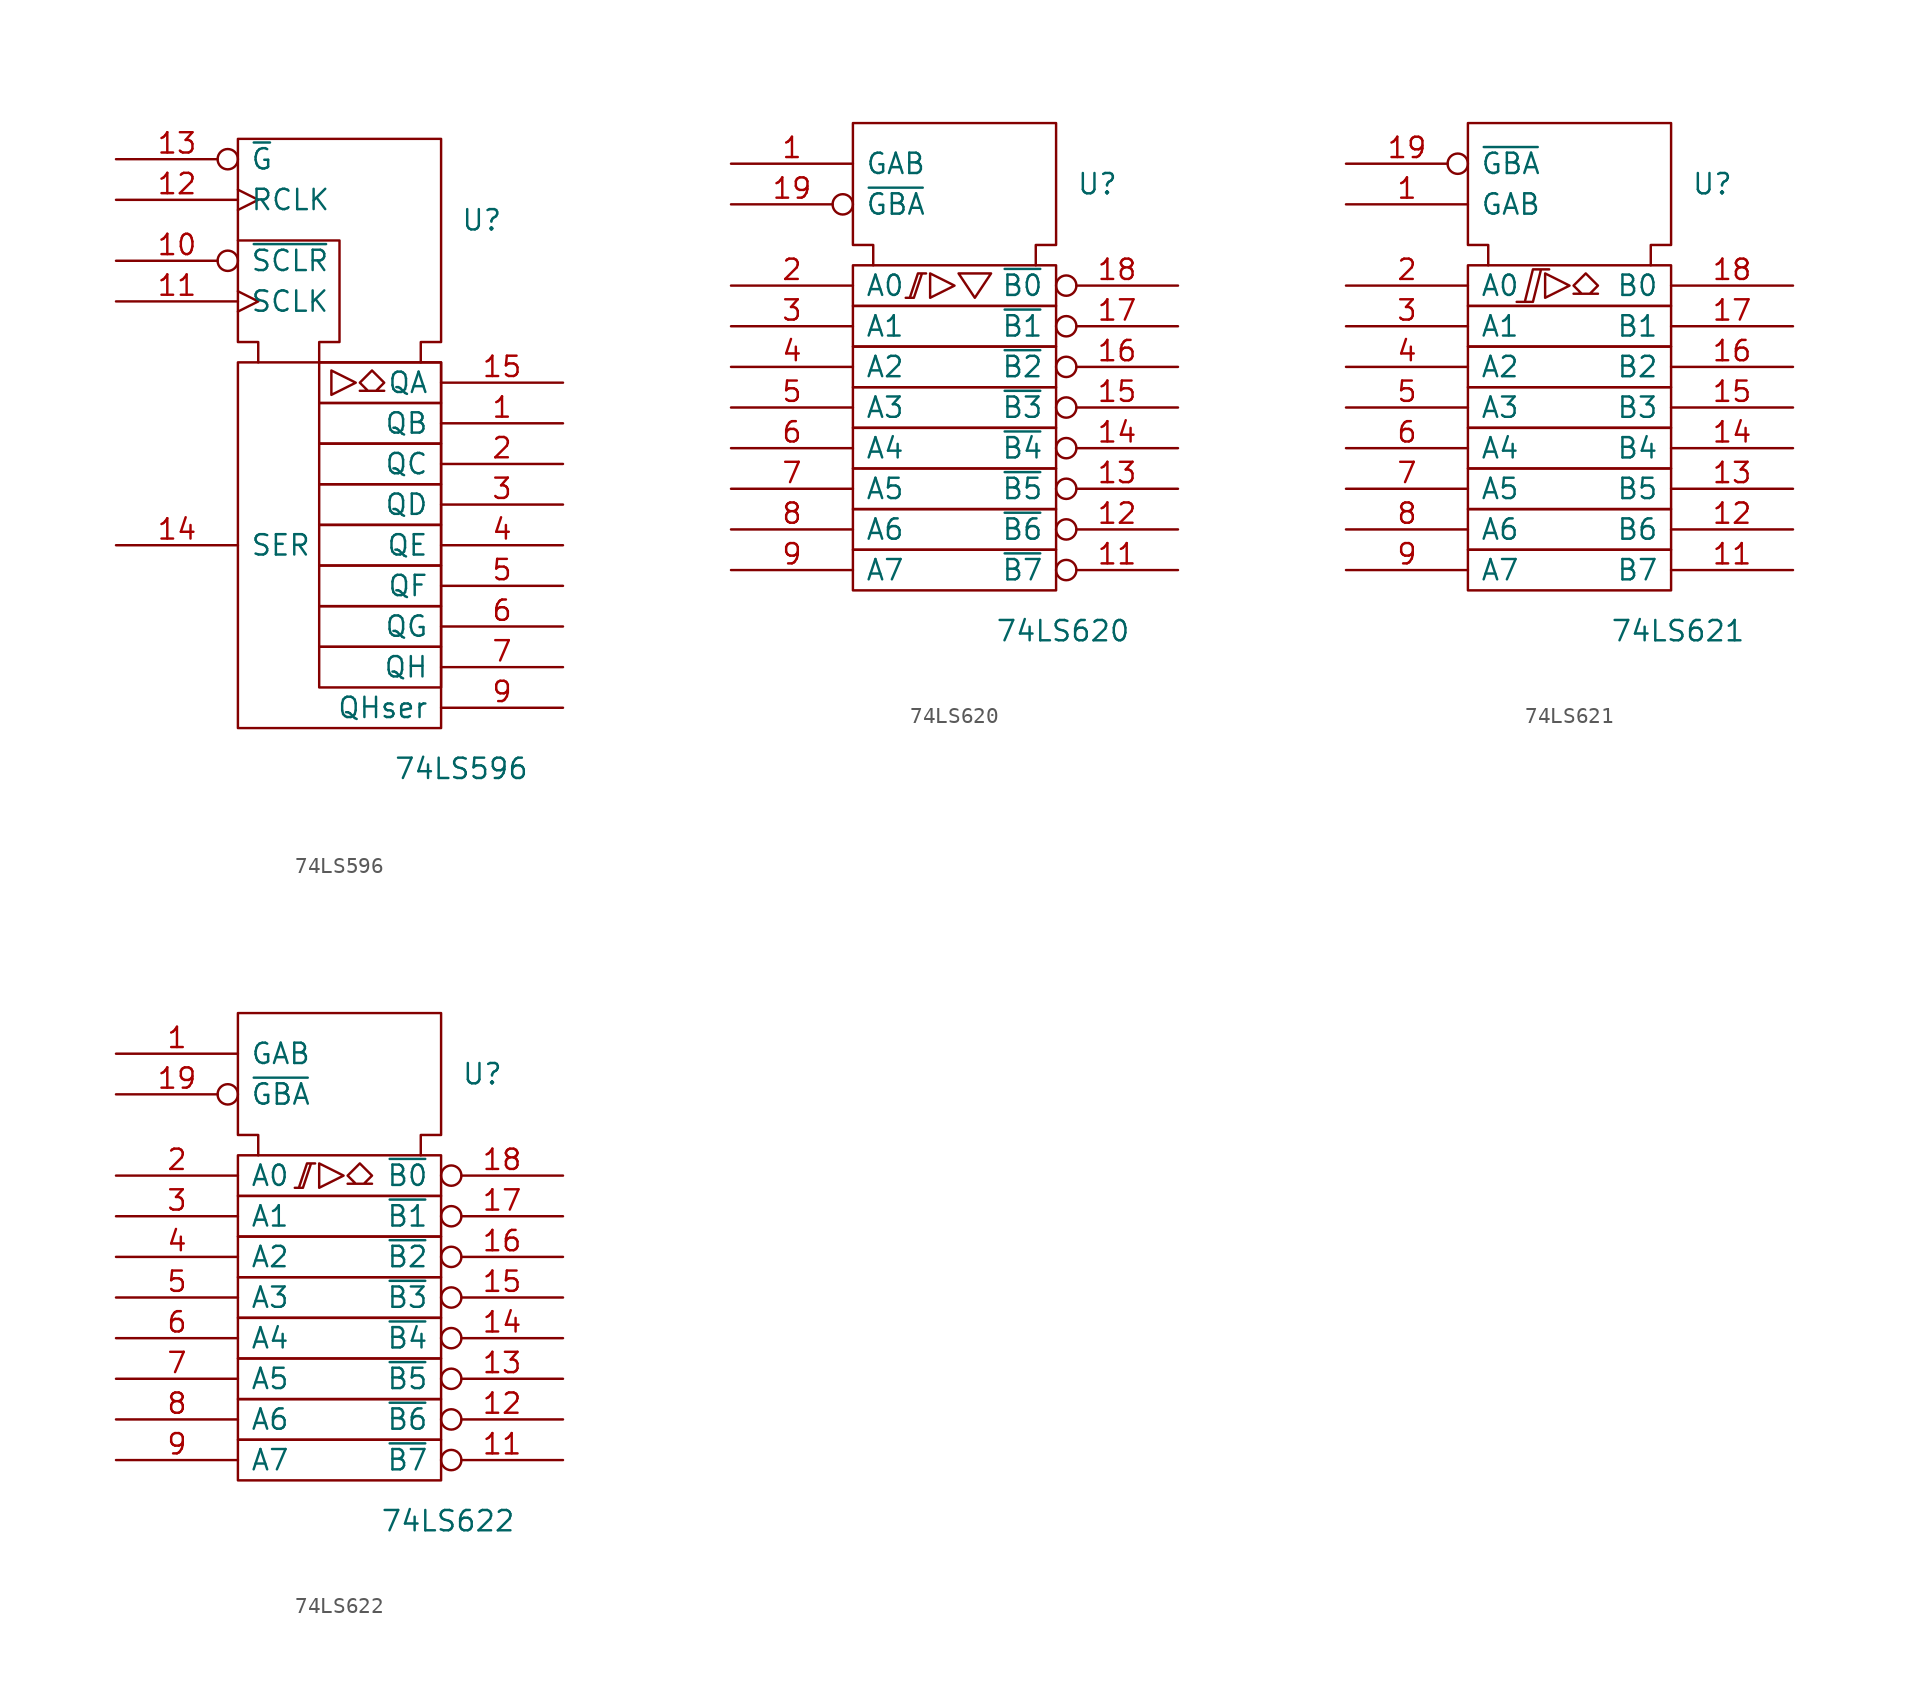
<source format=kicad_sym>
(kicad_symbol_lib
  (version 20201005)
  (generator kicad_symbol_editor)
  (symbol "74LS596"
    (pin_names
      (offset 0.762))
    (property "Reference" "U"
      (at 8.89 10.16 0)
      (effects (font (size 1.27 1.27))))
    (property "Value" "74LS596"
      (at 7.62 -24.13 0)
      (effects (font (size 1.27 1.27))))
    (symbol "74LS596_0_0"
      (rectangle (start -6.35 1.27) (end 6.35 -21.59) (stroke (width 0)) (fill (type none)))
      (polyline (pts (xy -0.508 0.762) (xy -0.508 -0.762) (xy 1.016 0) (xy -0.508 0.762) (xy -0.508 0.762)) (stroke (width 0)) (fill (type none)))
      (polyline (pts (xy -6.35 8.89) (xy 0 8.89) (xy 0 2.54) (xy -1.27 2.54) (xy -1.27 1.27) (xy -1.27 1.27)) (stroke (width 0)) (fill (type none)))
      (polyline (pts (xy -5.08 1.27) (xy -5.08 2.54) (xy -6.35 2.54) (xy -6.35 15.24) (xy 6.35 15.24) (xy 6.35 2.54) (xy 5.08 2.54) (xy 5.08 1.27) (xy 5.08 1.27)) (stroke (width 0)) (fill (type none)))
      (polyline (pts (xy 2.032 0.762) (xy 2.794 0) (xy 2.286 -0.508) (xy 2.794 -0.508) (xy 1.27 -0.508) (xy 1.778 -0.508) (xy 1.27 0) (xy 2.032 0.762) (xy 2.032 0.762)) (stroke (width 0)) (fill (type none))))
    (symbol "74LS596_0_1"
      (rectangle (start -1.27 -16.51) (end 6.35 -19.05) (stroke (width 0)) (fill (type none)))
      (rectangle (start -1.27 -13.97) (end 6.35 -16.51) (stroke (width 0)) (fill (type none)))
      (rectangle (start -1.27 -11.43) (end 6.35 -13.97) (stroke (width 0)) (fill (type none)))
      (rectangle (start -1.27 -8.89) (end 6.35 -11.43) (stroke (width 0)) (fill (type none)))
      (rectangle (start -1.27 -6.35) (end 6.35 -8.89) (stroke (width 0)) (fill (type none)))
      (rectangle (start -1.27 -3.81) (end 6.35 -6.35) (stroke (width 0)) (fill (type none)))
      (rectangle (start -1.27 -1.27) (end 6.35 -3.81) (stroke (width 0)) (fill (type none)))
      (rectangle (start -1.27 1.27) (end 6.35 -1.27) (stroke (width 0)) (fill (type none)))
      (pin power_in line (at 0 15.24 270) (length 0) hide (name "GND" (effects (font (size 1.27 1.27)))) (number "8" (effects (font (size 1.27 1.27))))))
    (symbol "74LS596_1_1"
      (pin tri_state line (at 13.97 -2.54 180) (length 7.62) (name "QB" (effects (font (size 1.27 1.27)))) (number "1" (effects (font (size 1.27 1.27)))))
      (pin input inverted (at -13.97 7.62 0) (length 7.62) (name "~SCLR" (effects (font (size 1.27 1.27)))) (number "10" (effects (font (size 1.27 1.27)))))
      (pin input clock (at -13.97 5.08 0) (length 7.62) (name "SCLK" (effects (font (size 1.27 1.27)))) (number "11" (effects (font (size 1.27 1.27)))))
      (pin input clock (at -13.97 11.43 0) (length 7.62) (name "RCLK" (effects (font (size 1.27 1.27)))) (number "12" (effects (font (size 1.27 1.27)))))
      (pin input inverted (at -13.97 13.97 0) (length 7.62) (name "~G" (effects (font (size 1.27 1.27)))) (number "13" (effects (font (size 1.27 1.27)))))
      (pin input line (at -13.97 -10.16 0) (length 7.62) (name "SER" (effects (font (size 1.27 1.27)))) (number "14" (effects (font (size 1.27 1.27)))))
      (pin tri_state line (at 13.97 0 180) (length 7.62) (name "QA" (effects (font (size 1.27 1.27)))) (number "15" (effects (font (size 1.27 1.27)))))
      (pin power_in line (at 3.81 15.24 270) (length 0) hide (name "VCC" (effects (font (size 1.27 1.27)))) (number "16" (effects (font (size 1.27 1.27)))))
      (pin tri_state line (at 13.97 -5.08 180) (length 7.62) (name "QC" (effects (font (size 1.27 1.27)))) (number "2" (effects (font (size 1.27 1.27)))))
      (pin tri_state line (at 13.97 -7.62 180) (length 7.62) (name "QD" (effects (font (size 1.27 1.27)))) (number "3" (effects (font (size 1.27 1.27)))))
      (pin tri_state line (at 13.97 -10.16 180) (length 7.62) (name "QE" (effects (font (size 1.27 1.27)))) (number "4" (effects (font (size 1.27 1.27)))))
      (pin tri_state line (at 13.97 -12.7 180) (length 7.62) (name "QF" (effects (font (size 1.27 1.27)))) (number "5" (effects (font (size 1.27 1.27)))))
      (pin tri_state line (at 13.97 -15.24 180) (length 7.62) (name "QG" (effects (font (size 1.27 1.27)))) (number "6" (effects (font (size 1.27 1.27)))))
      (pin tri_state line (at 13.97 -17.78 180) (length 7.62) (name "QH" (effects (font (size 1.27 1.27)))) (number "7" (effects (font (size 1.27 1.27)))))
      (pin output line (at 13.97 -20.32 180) (length 7.62) (name "QHser" (effects (font (size 1.27 1.27)))) (number "9" (effects (font (size 1.27 1.27)))))))
  (symbol "74LS620"
    (pin_names
      (offset 0.762))
    (property "Reference" "U"
      (at 7.62 12.7 0)
      (effects (font (size 1.27 1.27)) (justify left)))
    (property "Value" "74LS620"
      (at 2.54 -15.24 0)
      (effects (font (size 1.27 1.27)) (justify left)))
    (symbol "74LS620_0_0"
      (polyline (pts (xy -1.524 7.112) (xy -1.524 5.588) (xy 0 6.35) (xy -1.524 7.112) (xy -1.524 7.112)) (stroke (width 0)) (fill (type none)))
      (polyline (pts (xy 0.254 7.112) (xy 2.286 7.112) (xy 1.27 5.588) (xy 0.254 7.112) (xy 0.254 7.112)) (stroke (width 0)) (fill (type none)))
      (polyline (pts (xy -2.54 5.588) (xy -3.048 5.588) (xy -2.54 5.588) (xy -2.032 7.112) (xy -1.778 7.112) (xy -2.286 7.112) (xy -2.794 5.588) (xy -2.794 5.588)) (stroke (width 0)) (fill (type none)))
      (pin power_in line (at 1.27 16.51 270) (length 0) hide (name "GND" (effects (font (size 1.27 1.27)))) (number "10" (effects (font (size 1.27 1.27)))))
      (pin power_in line (at 5.08 16.51 270) (length 0) hide (name "VCC" (effects (font (size 1.27 1.27)))) (number "20" (effects (font (size 1.27 1.27))))))
    (symbol "74LS620_0_1"
      (rectangle (start -6.35 -10.16) (end 6.35 -12.7) (stroke (width 0)) (fill (type none)))
      (rectangle (start -6.35 -7.62) (end 6.35 -10.16) (stroke (width 0)) (fill (type none)))
      (rectangle (start -6.35 -5.08) (end 6.35 -7.62) (stroke (width 0)) (fill (type none)))
      (rectangle (start -6.35 -2.54) (end 6.35 -5.08) (stroke (width 0)) (fill (type none)))
      (rectangle (start -6.35 0) (end 6.35 -2.54) (stroke (width 0)) (fill (type none)))
      (rectangle (start -6.35 2.54) (end 6.35 0) (stroke (width 0)) (fill (type none)))
      (rectangle (start -6.35 5.08) (end 6.35 2.54) (stroke (width 0)) (fill (type none)))
      (rectangle (start -6.35 7.62) (end 6.35 5.08) (stroke (width 0)) (fill (type none)))
      (polyline (pts (xy -5.08 7.62) (xy -5.08 8.89) (xy -6.35 8.89) (xy -6.35 16.51) (xy 6.35 16.51) (xy 6.35 8.89) (xy 5.08 8.89) (xy 5.08 7.62) (xy 5.08 7.62)) (stroke (width 0)) (fill (type none))))
    (symbol "74LS620_1_1"
      (pin input line (at -13.97 13.97 0) (length 7.62) (name "GAB" (effects (font (size 1.27 1.27)))) (number "1" (effects (font (size 1.27 1.27)))))
      (pin tri_state inverted (at 13.97 -11.43 180) (length 7.62) (name "~B7" (effects (font (size 1.27 1.27)))) (number "11" (effects (font (size 1.27 1.27)))))
      (pin tri_state inverted (at 13.97 -8.89 180) (length 7.62) (name "~B6" (effects (font (size 1.27 1.27)))) (number "12" (effects (font (size 1.27 1.27)))))
      (pin tri_state inverted (at 13.97 -6.35 180) (length 7.62) (name "~B5" (effects (font (size 1.27 1.27)))) (number "13" (effects (font (size 1.27 1.27)))))
      (pin tri_state inverted (at 13.97 -3.81 180) (length 7.62) (name "~B4" (effects (font (size 1.27 1.27)))) (number "14" (effects (font (size 1.27 1.27)))))
      (pin tri_state inverted (at 13.97 -1.27 180) (length 7.62) (name "~B3" (effects (font (size 1.27 1.27)))) (number "15" (effects (font (size 1.27 1.27)))))
      (pin tri_state inverted (at 13.97 1.27 180) (length 7.62) (name "~B2" (effects (font (size 1.27 1.27)))) (number "16" (effects (font (size 1.27 1.27)))))
      (pin tri_state inverted (at 13.97 3.81 180) (length 7.62) (name "~B1" (effects (font (size 1.27 1.27)))) (number "17" (effects (font (size 1.27 1.27)))))
      (pin tri_state inverted (at 13.97 6.35 180) (length 7.62) (name "~B0" (effects (font (size 1.27 1.27)))) (number "18" (effects (font (size 1.27 1.27)))))
      (pin input inverted (at -13.97 11.43 0) (length 7.62) (name "~GBA" (effects (font (size 1.27 1.27)))) (number "19" (effects (font (size 1.27 1.27)))))
      (pin tri_state line (at -13.97 6.35 0) (length 7.62) (name "A0" (effects (font (size 1.27 1.27)))) (number "2" (effects (font (size 1.27 1.27)))))
      (pin tri_state line (at -13.97 3.81 0) (length 7.62) (name "A1" (effects (font (size 1.27 1.27)))) (number "3" (effects (font (size 1.27 1.27)))))
      (pin tri_state line (at -13.97 1.27 0) (length 7.62) (name "A2" (effects (font (size 1.27 1.27)))) (number "4" (effects (font (size 1.27 1.27)))))
      (pin tri_state line (at -13.97 -1.27 0) (length 7.62) (name "A3" (effects (font (size 1.27 1.27)))) (number "5" (effects (font (size 1.27 1.27)))))
      (pin tri_state line (at -13.97 -3.81 0) (length 7.62) (name "A4" (effects (font (size 1.27 1.27)))) (number "6" (effects (font (size 1.27 1.27)))))
      (pin tri_state line (at -13.97 -6.35 0) (length 7.62) (name "A5" (effects (font (size 1.27 1.27)))) (number "7" (effects (font (size 1.27 1.27)))))
      (pin tri_state line (at -13.97 -8.89 0) (length 7.62) (name "A6" (effects (font (size 1.27 1.27)))) (number "8" (effects (font (size 1.27 1.27)))))
      (pin tri_state line (at -13.97 -11.43 0) (length 7.62) (name "A7" (effects (font (size 1.27 1.27)))) (number "9" (effects (font (size 1.27 1.27)))))))
  (symbol "74LS621"
    (pin_names
      (offset 0.762))
    (property "Reference" "U"
      (at 7.62 12.7 0)
      (effects (font (size 1.27 1.27)) (justify left)))
    (property "Value" "74LS621"
      (at 2.54 -15.24 0)
      (effects (font (size 1.27 1.27)) (justify left)))
    (symbol "74LS621_0_0"
      (polyline (pts (xy -1.524 7.112) (xy -1.524 5.588) (xy 0 6.35) (xy -1.524 7.112) (xy -1.524 7.112)) (stroke (width 0)) (fill (type none)))
      (polyline (pts (xy -3.302 5.334) (xy -2.286 5.334) (xy -1.778 7.366) (xy -1.27 7.366) (xy -2.286 7.366) (xy -2.794 5.334) (xy -2.794 5.334)) (stroke (width 0)) (fill (type none)))
      (polyline (pts (xy 1.016 7.112) (xy 1.778 6.35) (xy 1.27 5.842) (xy 1.778 5.842) (xy 0.254 5.842) (xy 0.762 5.842) (xy 0.254 6.35) (xy 1.016 7.112) (xy 1.016 7.112)) (stroke (width 0)) (fill (type none)))
      (pin power_in line (at 1.27 16.51 270) (length 0) hide (name "GND" (effects (font (size 1.27 1.27)))) (number "10" (effects (font (size 1.27 1.27)))))
      (pin power_in line (at 5.08 16.51 270) (length 0) hide (name "VCC" (effects (font (size 1.27 1.27)))) (number "20" (effects (font (size 1.27 1.27))))))
    (symbol "74LS621_0_1"
      (rectangle (start -6.35 -10.16) (end 6.35 -12.7) (stroke (width 0)) (fill (type none)))
      (rectangle (start -6.35 -7.62) (end 6.35 -10.16) (stroke (width 0)) (fill (type none)))
      (rectangle (start -6.35 -5.08) (end 6.35 -7.62) (stroke (width 0)) (fill (type none)))
      (rectangle (start -6.35 -2.54) (end 6.35 -5.08) (stroke (width 0)) (fill (type none)))
      (rectangle (start -6.35 0) (end 6.35 -2.54) (stroke (width 0)) (fill (type none)))
      (rectangle (start -6.35 2.54) (end 6.35 0) (stroke (width 0)) (fill (type none)))
      (rectangle (start -6.35 5.08) (end 6.35 2.54) (stroke (width 0)) (fill (type none)))
      (rectangle (start -6.35 7.62) (end 6.35 5.08) (stroke (width 0)) (fill (type none)))
      (polyline (pts (xy -5.08 7.62) (xy -5.08 8.89) (xy -6.35 8.89) (xy -6.35 16.51) (xy 6.35 16.51) (xy 6.35 8.89) (xy 5.08 8.89) (xy 5.08 7.62) (xy 5.08 7.62)) (stroke (width 0)) (fill (type none))))
    (symbol "74LS621_1_1"
      (pin input line (at -13.97 11.43 0) (length 7.62) (name "GAB" (effects (font (size 1.27 1.27)))) (number "1" (effects (font (size 1.27 1.27)))))
      (pin tri_state line (at 13.97 -11.43 180) (length 7.62) (name "B7" (effects (font (size 1.27 1.27)))) (number "11" (effects (font (size 1.27 1.27)))))
      (pin tri_state line (at 13.97 -8.89 180) (length 7.62) (name "B6" (effects (font (size 1.27 1.27)))) (number "12" (effects (font (size 1.27 1.27)))))
      (pin tri_state line (at 13.97 -6.35 180) (length 7.62) (name "B5" (effects (font (size 1.27 1.27)))) (number "13" (effects (font (size 1.27 1.27)))))
      (pin tri_state line (at 13.97 -3.81 180) (length 7.62) (name "B4" (effects (font (size 1.27 1.27)))) (number "14" (effects (font (size 1.27 1.27)))))
      (pin tri_state line (at 13.97 -1.27 180) (length 7.62) (name "B3" (effects (font (size 1.27 1.27)))) (number "15" (effects (font (size 1.27 1.27)))))
      (pin tri_state line (at 13.97 1.27 180) (length 7.62) (name "B2" (effects (font (size 1.27 1.27)))) (number "16" (effects (font (size 1.27 1.27)))))
      (pin tri_state line (at 13.97 3.81 180) (length 7.62) (name "B1" (effects (font (size 1.27 1.27)))) (number "17" (effects (font (size 1.27 1.27)))))
      (pin tri_state line (at 13.97 6.35 180) (length 7.62) (name "B0" (effects (font (size 1.27 1.27)))) (number "18" (effects (font (size 1.27 1.27)))))
      (pin input inverted (at -13.97 13.97 0) (length 7.62) (name "~GBA" (effects (font (size 1.27 1.27)))) (number "19" (effects (font (size 1.27 1.27)))))
      (pin tri_state line (at -13.97 6.35 0) (length 7.62) (name "A0" (effects (font (size 1.27 1.27)))) (number "2" (effects (font (size 1.27 1.27)))))
      (pin tri_state line (at -13.97 3.81 0) (length 7.62) (name "A1" (effects (font (size 1.27 1.27)))) (number "3" (effects (font (size 1.27 1.27)))))
      (pin tri_state line (at -13.97 1.27 0) (length 7.62) (name "A2" (effects (font (size 1.27 1.27)))) (number "4" (effects (font (size 1.27 1.27)))))
      (pin tri_state line (at -13.97 -1.27 0) (length 7.62) (name "A3" (effects (font (size 1.27 1.27)))) (number "5" (effects (font (size 1.27 1.27)))))
      (pin tri_state line (at -13.97 -3.81 0) (length 7.62) (name "A4" (effects (font (size 1.27 1.27)))) (number "6" (effects (font (size 1.27 1.27)))))
      (pin tri_state line (at -13.97 -6.35 0) (length 7.62) (name "A5" (effects (font (size 1.27 1.27)))) (number "7" (effects (font (size 1.27 1.27)))))
      (pin tri_state line (at -13.97 -8.89 0) (length 7.62) (name "A6" (effects (font (size 1.27 1.27)))) (number "8" (effects (font (size 1.27 1.27)))))
      (pin tri_state line (at -13.97 -11.43 0) (length 7.62) (name "A7" (effects (font (size 1.27 1.27)))) (number "9" (effects (font (size 1.27 1.27)))))))
  (symbol "74LS622"
    (pin_names
      (offset 0.762))
    (property "Reference" "U"
      (at 7.62 12.7 0)
      (effects (font (size 1.27 1.27)) (justify left)))
    (property "Value" "74LS622"
      (at 2.54 -15.24 0)
      (effects (font (size 1.27 1.27)) (justify left)))
    (symbol "74LS622_0_0"
      (polyline (pts (xy -1.27 7.112) (xy -1.27 5.588) (xy 0.254 6.35) (xy -1.27 7.112) (xy -1.27 7.112)) (stroke (width 0)) (fill (type none)))
      (polyline (pts (xy -2.286 5.588) (xy -2.794 5.588) (xy -2.286 5.588) (xy -1.778 7.112) (xy -1.524 7.112) (xy -2.032 7.112) (xy -2.54 5.588) (xy -2.54 5.588)) (stroke (width 0)) (fill (type none)))
      (polyline (pts (xy 1.27 7.112) (xy 2.032 6.35) (xy 1.524 5.842) (xy 2.032 5.842) (xy 0.508 5.842) (xy 1.016 5.842) (xy 0.508 6.35) (xy 1.27 7.112) (xy 1.27 7.112)) (stroke (width 0)) (fill (type none)))
      (pin power_in line (at 1.27 16.51 270) (length 0) hide (name "GND" (effects (font (size 1.27 1.27)))) (number "10" (effects (font (size 1.27 1.27)))))
      (pin power_in line (at 5.08 16.51 270) (length 0) hide (name "VCC" (effects (font (size 1.27 1.27)))) (number "20" (effects (font (size 1.27 1.27))))))
    (symbol "74LS622_0_1"
      (rectangle (start -6.35 -10.16) (end 6.35 -12.7) (stroke (width 0)) (fill (type none)))
      (rectangle (start -6.35 -7.62) (end 6.35 -10.16) (stroke (width 0)) (fill (type none)))
      (rectangle (start -6.35 -5.08) (end 6.35 -7.62) (stroke (width 0)) (fill (type none)))
      (rectangle (start -6.35 -2.54) (end 6.35 -5.08) (stroke (width 0)) (fill (type none)))
      (rectangle (start -6.35 0) (end 6.35 -2.54) (stroke (width 0)) (fill (type none)))
      (rectangle (start -6.35 2.54) (end 6.35 0) (stroke (width 0)) (fill (type none)))
      (rectangle (start -6.35 5.08) (end 6.35 2.54) (stroke (width 0)) (fill (type none)))
      (rectangle (start -6.35 7.62) (end 6.35 5.08) (stroke (width 0)) (fill (type none)))
      (polyline (pts (xy -5.08 7.62) (xy -5.08 8.89) (xy -6.35 8.89) (xy -6.35 16.51) (xy 6.35 16.51) (xy 6.35 8.89) (xy 5.08 8.89) (xy 5.08 7.62) (xy 5.08 7.62)) (stroke (width 0)) (fill (type none))))
    (symbol "74LS622_1_1"
      (pin input line (at -13.97 13.97 0) (length 7.62) (name "GAB" (effects (font (size 1.27 1.27)))) (number "1" (effects (font (size 1.27 1.27)))))
      (pin tri_state inverted (at 13.97 -11.43 180) (length 7.62) (name "~B7" (effects (font (size 1.27 1.27)))) (number "11" (effects (font (size 1.27 1.27)))))
      (pin tri_state inverted (at 13.97 -8.89 180) (length 7.62) (name "~B6" (effects (font (size 1.27 1.27)))) (number "12" (effects (font (size 1.27 1.27)))))
      (pin tri_state inverted (at 13.97 -6.35 180) (length 7.62) (name "~B5" (effects (font (size 1.27 1.27)))) (number "13" (effects (font (size 1.27 1.27)))))
      (pin tri_state inverted (at 13.97 -3.81 180) (length 7.62) (name "~B4" (effects (font (size 1.27 1.27)))) (number "14" (effects (font (size 1.27 1.27)))))
      (pin tri_state inverted (at 13.97 -1.27 180) (length 7.62) (name "~B3" (effects (font (size 1.27 1.27)))) (number "15" (effects (font (size 1.27 1.27)))))
      (pin tri_state inverted (at 13.97 1.27 180) (length 7.62) (name "~B2" (effects (font (size 1.27 1.27)))) (number "16" (effects (font (size 1.27 1.27)))))
      (pin tri_state inverted (at 13.97 3.81 180) (length 7.62) (name "~B1" (effects (font (size 1.27 1.27)))) (number "17" (effects (font (size 1.27 1.27)))))
      (pin tri_state inverted (at 13.97 6.35 180) (length 7.62) (name "~B0" (effects (font (size 1.27 1.27)))) (number "18" (effects (font (size 1.27 1.27)))))
      (pin input inverted (at -13.97 11.43 0) (length 7.62) (name "~GBA" (effects (font (size 1.27 1.27)))) (number "19" (effects (font (size 1.27 1.27)))))
      (pin tri_state line (at -13.97 6.35 0) (length 7.62) (name "A0" (effects (font (size 1.27 1.27)))) (number "2" (effects (font (size 1.27 1.27)))))
      (pin tri_state line (at -13.97 3.81 0) (length 7.62) (name "A1" (effects (font (size 1.27 1.27)))) (number "3" (effects (font (size 1.27 1.27)))))
      (pin tri_state line (at -13.97 1.27 0) (length 7.62) (name "A2" (effects (font (size 1.27 1.27)))) (number "4" (effects (font (size 1.27 1.27)))))
      (pin tri_state line (at -13.97 -1.27 0) (length 7.62) (name "A3" (effects (font (size 1.27 1.27)))) (number "5" (effects (font (size 1.27 1.27)))))
      (pin tri_state line (at -13.97 -3.81 0) (length 7.62) (name "A4" (effects (font (size 1.27 1.27)))) (number "6" (effects (font (size 1.27 1.27)))))
      (pin tri_state line (at -13.97 -6.35 0) (length 7.62) (name "A5" (effects (font (size 1.27 1.27)))) (number "7" (effects (font (size 1.27 1.27)))))
      (pin tri_state line (at -13.97 -8.89 0) (length 7.62) (name "A6" (effects (font (size 1.27 1.27)))) (number "8" (effects (font (size 1.27 1.27)))))
      (pin tri_state line (at -13.97 -11.43 0) (length 7.62) (name "A7" (effects (font (size 1.27 1.27)))) (number "9" (effects (font (size 1.27 1.27))))))))
</source>
